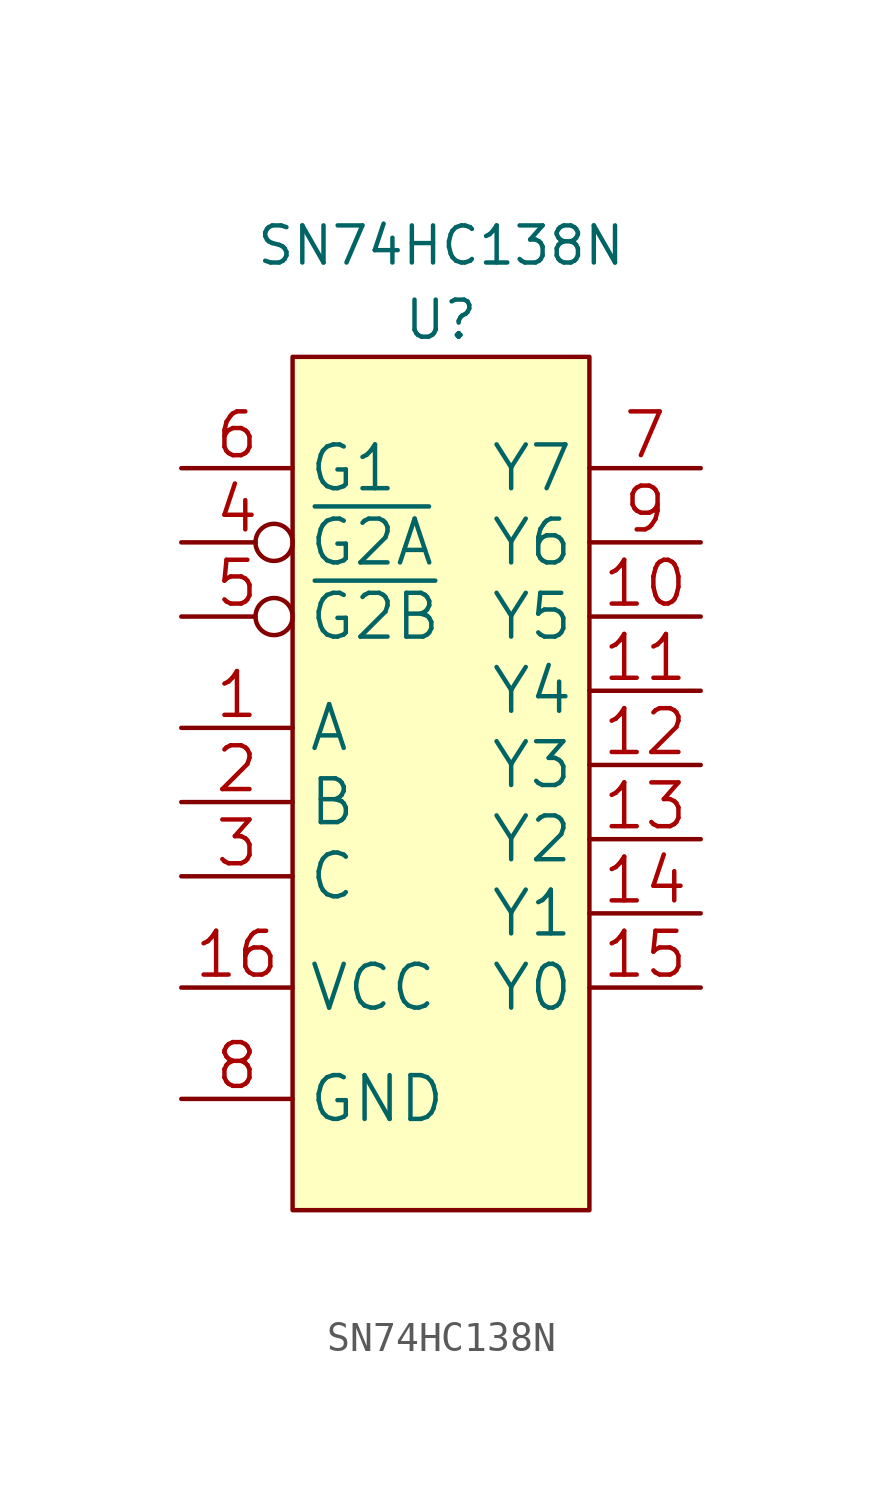
<source format=kicad_sym>
(kicad_symbol_lib
  (version 20220914)
  (generator kicad_symbol_editor)
  (symbol "SN74HC138N"
    (property "Reference" "U"
      (at 0 0 0)
      (effects (font (size 1.27 1.27))))
    (property "Value" "SN74HC138N"
      (at 0 2.54 0)
      (effects (font (size 1.27 1.27))))
    (symbol "SN74HC138N_0_1"
      (rectangle (start -5.08 -1.27) (end 5.08 -30.48) (stroke (width 0.152) (type default)) (fill (type background))))
    (symbol "SN74HC138N_1_1"
      (pin input line (at -8.89 -13.97 0) (length 3.81) (name "A" (effects (font (size 1.499 1.499)))) (number "1" (effects (font (size 1.499 1.499)))))
      (pin output line (at 8.89 -10.16 180) (length 3.81) (name "Y5" (effects (font (size 1.499 1.499)))) (number "10" (effects (font (size 1.499 1.499)))))
      (pin output line (at 8.89 -12.7 180) (length 3.81) (name "Y4" (effects (font (size 1.499 1.499)))) (number "11" (effects (font (size 1.499 1.499)))))
      (pin output line (at 8.89 -15.24 180) (length 3.81) (name "Y3" (effects (font (size 1.499 1.499)))) (number "12" (effects (font (size 1.499 1.499)))))
      (pin output line (at 8.89 -17.78 180) (length 3.81) (name "Y2" (effects (font (size 1.499 1.499)))) (number "13" (effects (font (size 1.499 1.499)))))
      (pin output line (at 8.89 -20.32 180) (length 3.81) (name "Y1" (effects (font (size 1.499 1.499)))) (number "14" (effects (font (size 1.499 1.499)))))
      (pin output line (at 8.89 -22.86 180) (length 3.81) (name "Y0" (effects (font (size 1.499 1.499)))) (number "15" (effects (font (size 1.499 1.499)))))
      (pin power_in line (at -8.89 -22.86 0) (length 3.81) (name "VCC" (effects (font (size 1.499 1.499)))) (number "16" (effects (font (size 1.499 1.499)))))
      (pin input line (at -8.89 -16.51 0) (length 3.81) (name "B" (effects (font (size 1.499 1.499)))) (number "2" (effects (font (size 1.499 1.499)))))
      (pin input line (at -8.89 -19.05 0) (length 3.81) (name "C" (effects (font (size 1.499 1.499)))) (number "3" (effects (font (size 1.499 1.499)))))
      (pin input inverted (at -8.89 -7.62 0) (length 3.81) (name "~{G2A}" (effects (font (size 1.499 1.499)))) (number "4" (effects (font (size 1.499 1.499)))))
      (pin input inverted (at -8.89 -10.16 0) (length 3.81) (name "~{G2B}" (effects (font (size 1.499 1.499)))) (number "5" (effects (font (size 1.499 1.499)))))
      (pin input line (at -8.89 -5.08 0) (length 3.81) (name "G1" (effects (font (size 1.499 1.499)))) (number "6" (effects (font (size 1.499 1.499)))))
      (pin output line (at 8.89 -5.08 180) (length 3.81) (name "Y7" (effects (font (size 1.499 1.499)))) (number "7" (effects (font (size 1.499 1.499)))))
      (pin power_in line (at -8.89 -26.67 0) (length 3.81) (name "GND" (effects (font (size 1.499 1.499)))) (number "8" (effects (font (size 1.499 1.499)))))
      (pin output line (at 8.89 -7.62 180) (length 3.81) (name "Y6" (effects (font (size 1.499 1.499)))) (number "9" (effects (font (size 1.499 1.499))))))))
</source>
